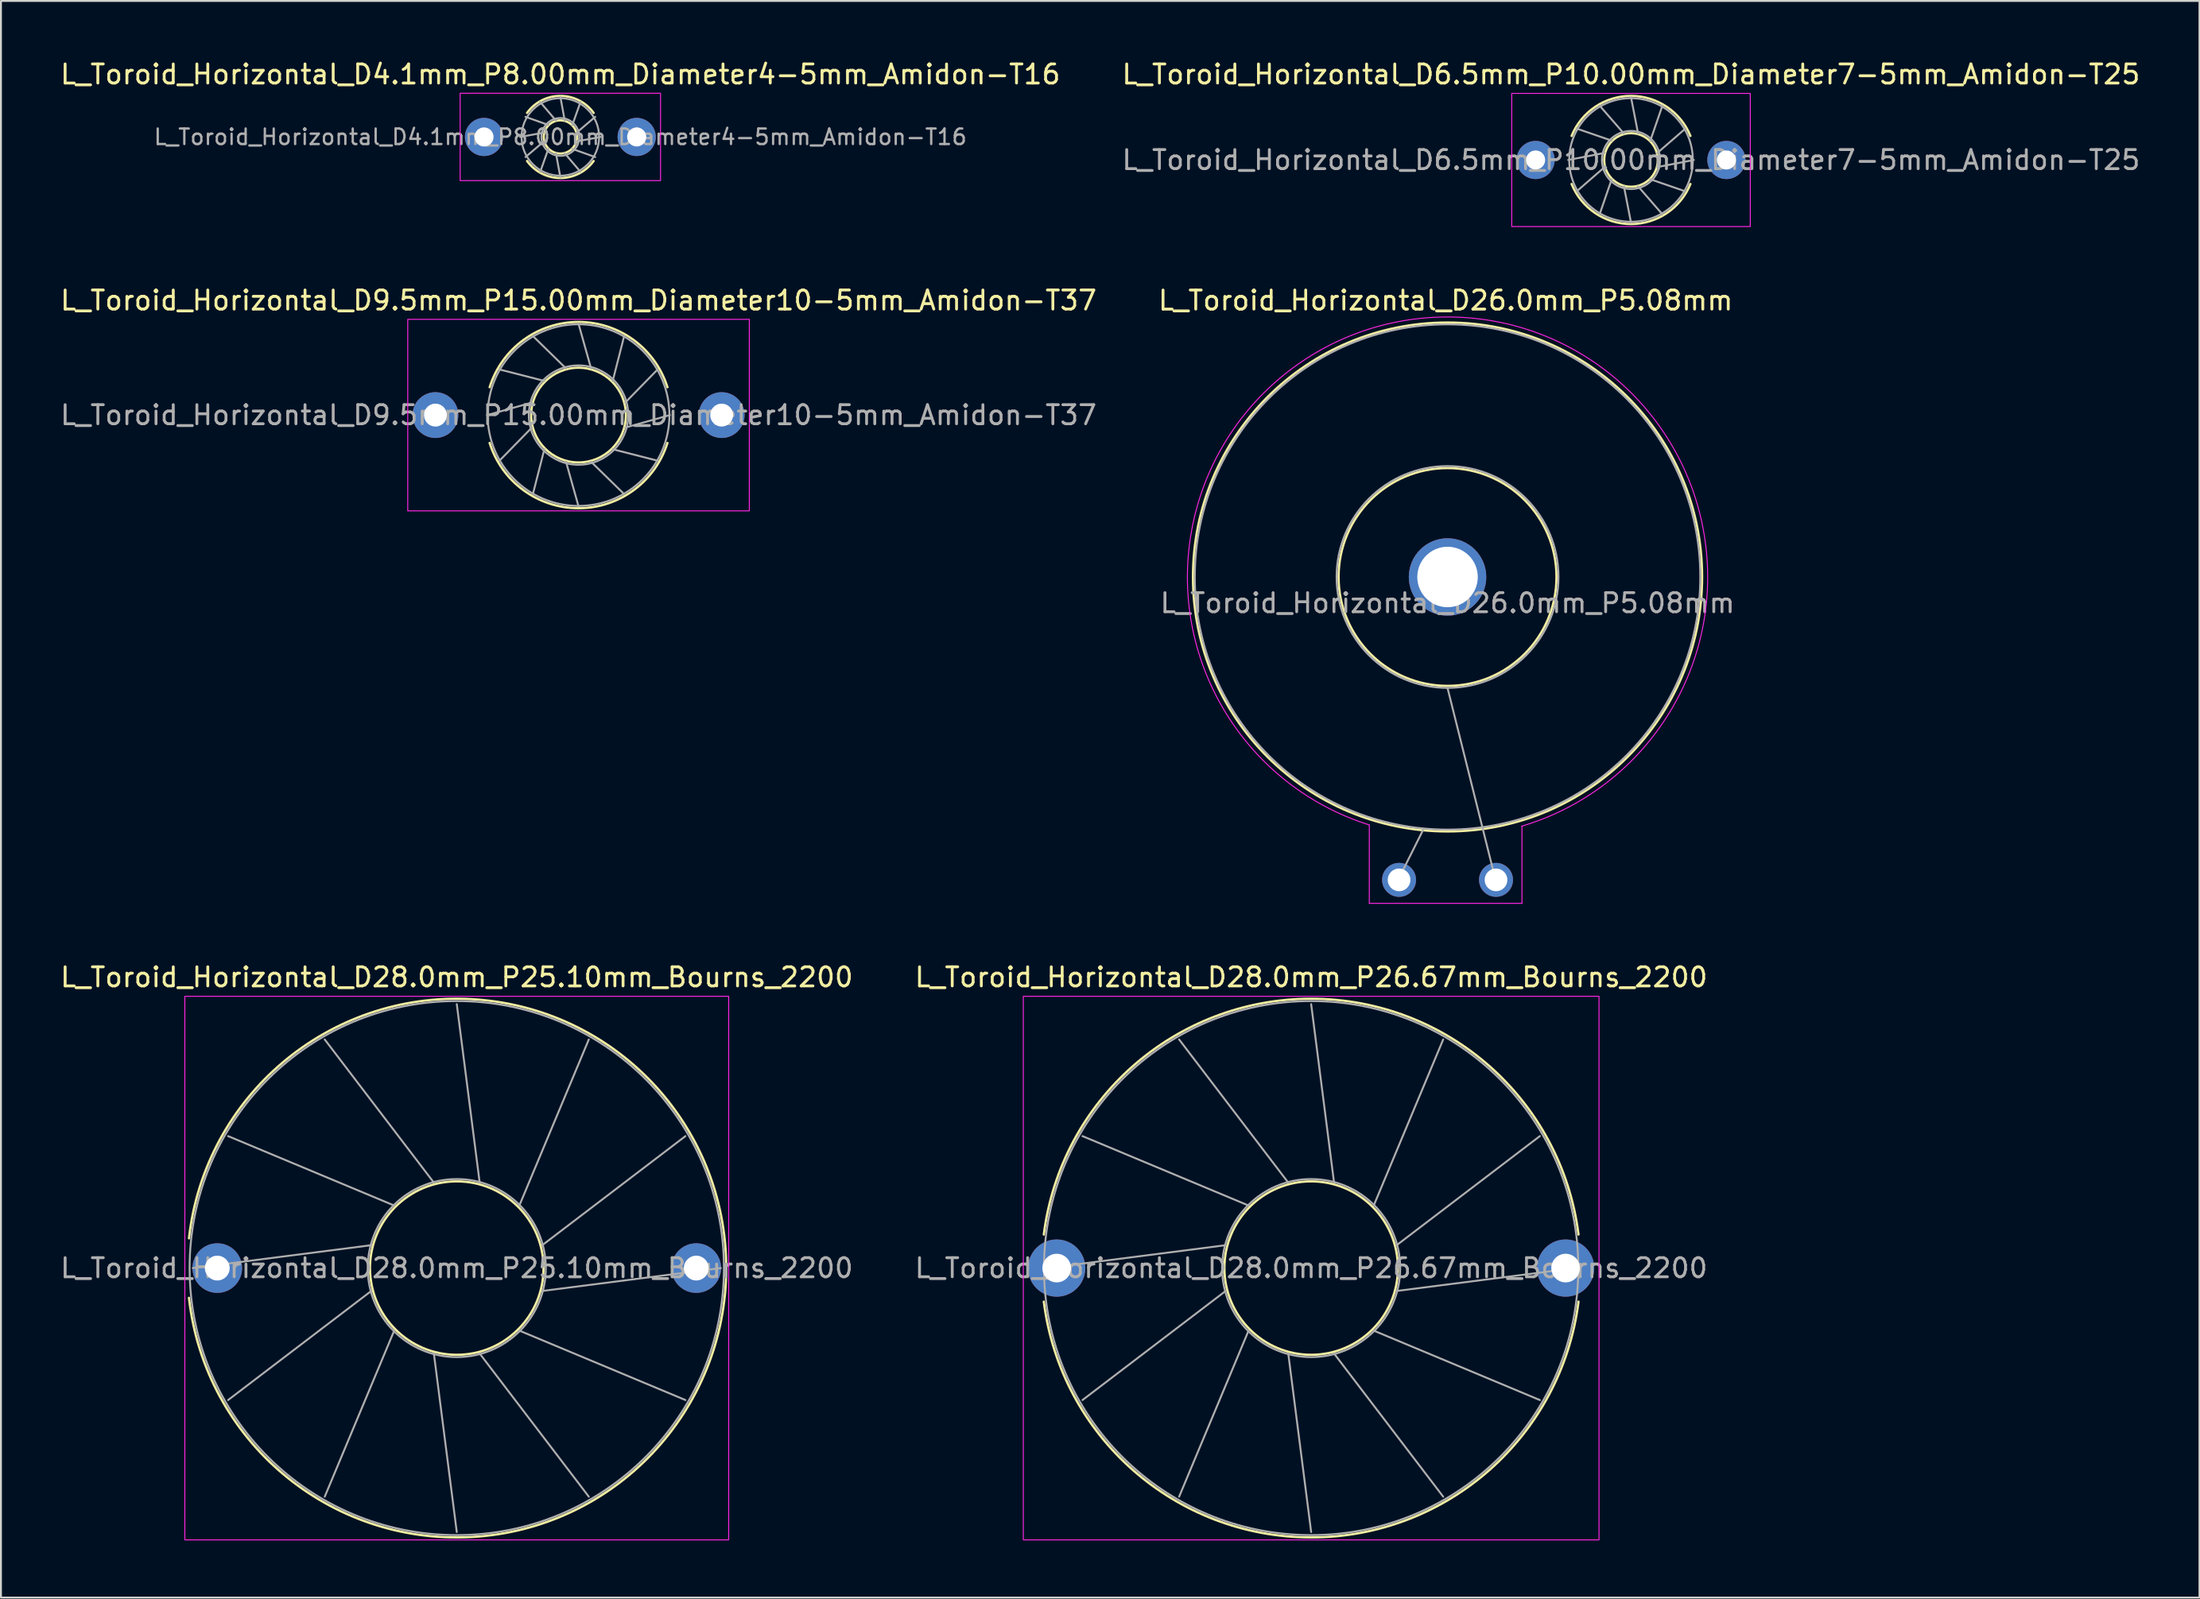
<source format=kicad_pcb>
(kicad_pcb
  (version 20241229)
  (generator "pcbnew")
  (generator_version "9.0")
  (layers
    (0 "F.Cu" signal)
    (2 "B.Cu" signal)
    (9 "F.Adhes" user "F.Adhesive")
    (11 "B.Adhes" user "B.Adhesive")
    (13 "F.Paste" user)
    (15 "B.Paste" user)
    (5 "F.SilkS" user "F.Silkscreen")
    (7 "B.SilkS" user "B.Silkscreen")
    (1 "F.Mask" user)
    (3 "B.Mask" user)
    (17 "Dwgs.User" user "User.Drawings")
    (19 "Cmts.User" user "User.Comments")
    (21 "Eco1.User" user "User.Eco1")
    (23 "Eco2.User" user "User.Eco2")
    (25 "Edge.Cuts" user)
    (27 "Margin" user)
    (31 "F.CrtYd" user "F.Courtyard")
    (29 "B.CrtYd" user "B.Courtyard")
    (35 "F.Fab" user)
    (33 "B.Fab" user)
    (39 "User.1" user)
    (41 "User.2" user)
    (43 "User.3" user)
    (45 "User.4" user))
  (footprint "L_Toroid_Horizontal_D6.5mm_P10.00mm_Diameter7-5mm_Amidon-T25"
    (layer "F.Cu")
    (at 77.423 5.337)
    (property "Reference" "L_Toroid_Horizontal_D6.5mm_P10.00mm_Diameter7-5mm_Amidon-T25" (at 5 -4.489 0) (layer "F.SilkS") (effects (font (size 1 1) (thickness 0.15))))
    (attr through_hole)
    (fp_arc (start 1.886815 -1.26) (mid 5 -3.3585) (end 8.113185 -1.26) (stroke (width 0.12) (type solid)) (layer "F.SilkS"))
    (fp_arc (start 8.113185 1.26) (mid 5 3.3585) (end 1.886815 1.26) (stroke (width 0.12) (type solid)) (layer "F.SilkS"))
    (fp_circle (center 5 0) (end 6.404 0) (stroke (width 0.12) (type solid)) (fill no) (layer "F.SilkS"))
    (fp_rect (start -1.25 -3.49) (end 11.25 3.49) (stroke (width 0.05) (type solid)) (fill no) (layer "F.CrtYd"))
    (fp_line (start 1.709 0) (end 3.617 -0.371) (stroke (width 0.1) (type solid)) (layer "F.Fab"))
    (fp_line (start 2.15 -1.646) (end 3.987 -1.013) (stroke (width 0.1) (type solid)) (layer "F.Fab"))
    (fp_line (start 2.15 1.646) (end 3.617 0.371) (stroke (width 0.1) (type solid)) (layer "F.Fab"))
    (fp_line (start 3.354 -2.85) (end 4.629 -1.383) (stroke (width 0.1) (type solid)) (layer "F.Fab"))
    (fp_line (start 3.354 2.85) (end 3.987 1.013) (stroke (width 0.1) (type solid)) (layer "F.Fab"))
    (fp_line (start 5 -3.291) (end 5.371 -1.383) (stroke (width 0.1) (type solid)) (layer "F.Fab"))
    (fp_line (start 5 3.291) (end 4.629 1.383) (stroke (width 0.1) (type solid)) (layer "F.Fab"))
    (fp_line (start 6.646 -2.85) (end 6.013 -1.013) (stroke (width 0.1) (type solid)) (layer "F.Fab"))
    (fp_line (start 6.646 2.85) (end 5.371 1.383) (stroke (width 0.1) (type solid)) (layer "F.Fab"))
    (fp_line (start 7.85 -1.646) (end 6.383 -0.371) (stroke (width 0.1) (type solid)) (layer "F.Fab"))
    (fp_line (start 7.85 1.646) (end 6.013 1.013) (stroke (width 0.1) (type solid)) (layer "F.Fab"))
    (fp_line (start 8.291 0) (end 6.383 0.371) (stroke (width 0.1) (type solid)) (layer "F.Fab"))
    (fp_circle (center 5 0) (end 6.524 0) (stroke (width 0.1) (type solid)) (fill no) (layer "F.Fab"))
    (fp_circle (center 5 0) (end 8.239 0) (stroke (width 0.1) (type solid)) (fill no) (layer "F.Fab"))
    (fp_text user "${REFERENCE}" (at 5 0 0) (layer "F.Fab") (effects (font (size 1 1) (thickness 0.15))))
    (pad "1" thru_hole circle (at 0 0) (size 2 2) (drill 1) (layers "*.Cu" "*.Mask"))
    (pad "2" thru_hole circle (at 10 0) (size 2 2) (drill 1) (layers "*.Cu" "*.Mask")))
  (footprint "L_Toroid_Horizontal_D26.0mm_P5.08mm"
    (layer "F.Cu")
    (at 70.268 43.08)
    (property "Reference" "L_Toroid_Horizontal_D26.0mm_P5.08mm" (at 2.44 -30.38 0) (layer "F.SilkS") (effects (font (size 1 1) (thickness 0.15))))
    (attr through_hole)
    (fp_circle (center 2.54 -15.88) (end -10.8 -15.88) (stroke (width 0.12) (type solid)) (fill no) (layer "F.SilkS"))
    (fp_circle (center 2.54 -15.88) (end 8.25 -15.88) (stroke (width 0.12) (type solid)) (fill no) (layer "F.SilkS"))
    (fp_line (start -1.56 -2.88) (end -1.56 1.23) (stroke (width 0.05) (type solid)) (layer "F.CrtYd"))
    (fp_line (start -1.56 1.23) (end 6.44 1.23) (stroke (width 0.05) (type solid)) (layer "F.CrtYd"))
    (fp_line (start 6.44 1.23) (end 6.44 -2.78) (stroke (width 0.05) (type solid)) (layer "F.CrtYd"))
    (fp_arc (start -1.56 -2.88) (mid 2.660017 -29.510686) (end 6.410454 -2.809821) (stroke (width 0.05) (type solid)) (layer "F.CrtYd"))
    (fp_line (start 0 -0.1) (end 1.27 -2.64) (stroke (width 0.1) (type solid)) (layer "F.Fab"))
    (fp_line (start 5.08 0.1) (end 2.54 -10.06) (stroke (width 0.1) (type solid)) (layer "F.Fab"))
    (fp_circle (center 2.54 -15.88) (end 1.44 -2.68) (stroke (width 0.1) (type solid)) (fill no) (layer "F.Fab"))
    (fp_circle (center 2.54 -15.88) (end 2.34 -10.07) (stroke (width 0.1) (type solid)) (fill no) (layer "F.Fab"))
    (fp_text user "${REFERENCE}" (at 2.54 -14.513 0) (layer "F.Fab") (effects (font (size 1 1) (thickness 0.15))))
    (pad "" thru_hole circle (at 2.54 -15.88) (size 4.06 4.06) (drill 3.17) (layers "*.Cu" "*.Mask"))
    (pad "1" thru_hole circle (at 0 0) (size 1.78 1.78) (drill 1.19) (layers "*.Cu" "*.Mask"))
    (pad "2" thru_hole circle (at 5.08 0) (size 1.78 1.78) (drill 1.19) (layers "*.Cu" "*.Mask")))
  (footprint "L_Toroid_Horizontal_D28.0mm_P25.10mm_Bourns_2200"
    (layer "F.Cu")
    (at 8.337 63.433)
    (property "Reference" "L_Toroid_Horizontal_D28.0mm_P25.10mm_Bourns_2200" (at 12.55 -15.25 0) (layer "F.SilkS") (effects (font (size 1 1) (thickness 0.15))))
    (attr through_hole)
    (fp_arc (start -1.48356 -1.56) (mid 26.67 0) (end -1.48356 1.56) (stroke (width 0.12) (type solid)) (layer "F.SilkS"))
    (fp_circle (center 12.55 0) (end 17.097 0) (stroke (width 0.12) (type solid)) (fill no) (layer "F.SilkS"))
    (fp_rect (start -1.7 -14.25) (end 26.8 14.25) (stroke (width 0.05) (type solid)) (fill no) (layer "F.CrtYd"))
    (fp_line (start -1.288 0) (end 8.07 -1.2) (stroke (width 0.1) (type solid)) (layer "F.Fab"))
    (fp_line (start 0.566 -6.919) (end 9.271 -3.279) (stroke (width 0.1) (type solid)) (layer "F.Fab"))
    (fp_line (start 0.566 6.919) (end 8.07 1.2) (stroke (width 0.1) (type solid)) (layer "F.Fab"))
    (fp_line (start 5.631 -11.984) (end 11.35 -4.48) (stroke (width 0.1) (type solid)) (layer "F.Fab"))
    (fp_line (start 5.631 11.984) (end 9.271 3.279) (stroke (width 0.1) (type solid)) (layer "F.Fab"))
    (fp_line (start 12.55 -13.838) (end 13.75 -4.48) (stroke (width 0.1) (type solid)) (layer "F.Fab"))
    (fp_line (start 12.55 13.838) (end 11.35 4.48) (stroke (width 0.1) (type solid)) (layer "F.Fab"))
    (fp_line (start 19.469 -11.984) (end 15.829 -3.279) (stroke (width 0.1) (type solid)) (layer "F.Fab"))
    (fp_line (start 19.469 11.984) (end 13.75 4.48) (stroke (width 0.1) (type solid)) (layer "F.Fab"))
    (fp_line (start 24.534 -6.919) (end 17.03 -1.2) (stroke (width 0.1) (type solid)) (layer "F.Fab"))
    (fp_line (start 24.534 6.919) (end 15.829 3.279) (stroke (width 0.1) (type solid)) (layer "F.Fab"))
    (fp_line (start 26.388 0) (end 17.03 1.2) (stroke (width 0.1) (type solid)) (layer "F.Fab"))
    (fp_circle (center 12.55 0) (end 17.217 0) (stroke (width 0.1) (type solid)) (fill no) (layer "F.Fab"))
    (fp_circle (center 12.55 0) (end 26.55 0) (stroke (width 0.1) (type solid)) (fill no) (layer "F.Fab"))
    (fp_text user "${REFERENCE}" (at 12.55 0 0) (layer "F.Fab") (effects (font (size 1 1) (thickness 0.15))))
    (pad "1" thru_hole circle (at 0 0) (size 2.6 2.6) (drill 1.3) (layers "*.Cu" "*.Mask"))
    (pad "2" thru_hole circle (at 25.1 0) (size 2.6 2.6) (drill 1.3) (layers "*.Cu" "*.Mask")))
  (footprint "L_Toroid_Horizontal_D9.5mm_P15.00mm_Diameter10-5mm_Amidon-T37"
    (layer "F.Cu")
    (at 19.768 18.712)
    (property "Reference" "L_Toroid_Horizontal_D9.5mm_P15.00mm_Diameter10-5mm_Amidon-T37" (at 7.5 -6.013 0) (layer "F.SilkS") (effects (font (size 1 1) (thickness 0.15))))
    (attr through_hole)
    (fp_arc (start 2.840901 -1.46) (mid 7.5 -4.8825) (end 12.159099 -1.46) (stroke (width 0.12) (type solid)) (layer "F.SilkS"))
    (fp_arc (start 12.159099 1.46) (mid 7.5 4.8825) (end 2.840901 1.46) (stroke (width 0.12) (type solid)) (layer "F.SilkS"))
    (fp_circle (center 7.5 0) (end 9.983 0) (stroke (width 0.12) (type solid)) (fill no) (layer "F.SilkS"))
    (fp_rect (start -1.45 -5.02) (end 16.45 5.02) (stroke (width 0.05) (type solid)) (fill no) (layer "F.CrtYd"))
    (fp_line (start 2.715 0) (end 5.053 -0.656) (stroke (width 0.1) (type solid)) (layer "F.Fab"))
    (fp_line (start 3.356 -2.392) (end 5.709 -1.791) (stroke (width 0.1) (type solid)) (layer "F.Fab"))
    (fp_line (start 3.356 2.392) (end 5.053 0.656) (stroke (width 0.1) (type solid)) (layer "F.Fab"))
    (fp_line (start 5.108 -4.144) (end 6.844 -2.447) (stroke (width 0.1) (type solid)) (layer "F.Fab"))
    (fp_line (start 5.108 4.144) (end 5.709 1.791) (stroke (width 0.1) (type solid)) (layer "F.Fab"))
    (fp_line (start 7.5 -4.785) (end 8.156 -2.447) (stroke (width 0.1) (type solid)) (layer "F.Fab"))
    (fp_line (start 7.5 4.785) (end 6.844 2.447) (stroke (width 0.1) (type solid)) (layer "F.Fab"))
    (fp_line (start 9.892 -4.144) (end 9.291 -1.791) (stroke (width 0.1) (type solid)) (layer "F.Fab"))
    (fp_line (start 9.892 4.144) (end 8.156 2.447) (stroke (width 0.1) (type solid)) (layer "F.Fab"))
    (fp_line (start 11.644 -2.392) (end 9.947 -0.656) (stroke (width 0.1) (type solid)) (layer "F.Fab"))
    (fp_line (start 11.644 2.392) (end 9.291 1.791) (stroke (width 0.1) (type solid)) (layer "F.Fab"))
    (fp_line (start 12.285 0) (end 9.947 0.656) (stroke (width 0.1) (type solid)) (layer "F.Fab"))
    (fp_circle (center 7.5 0) (end 10.104 0) (stroke (width 0.1) (type solid)) (fill no) (layer "F.Fab"))
    (fp_circle (center 7.5 0) (end 12.262 0) (stroke (width 0.1) (type solid)) (fill no) (layer "F.Fab"))
    (fp_text user "${REFERENCE}" (at 7.5 0 0) (layer "F.Fab") (effects (font (size 1 1) (thickness 0.15))))
    (pad "1" thru_hole circle (at 0 0) (size 2.4 2.4) (drill 1.2) (layers "*.Cu" "*.Mask"))
    (pad "2" thru_hole circle (at 15 0) (size 2.4 2.4) (drill 1.2) (layers "*.Cu" "*.Mask")))
  (footprint "L_Toroid_Horizontal_D28.0mm_P26.67mm_Bourns_2200"
    (layer "F.Cu")
    (at 52.326 63.433)
    (property "Reference" "L_Toroid_Horizontal_D28.0mm_P26.67mm_Bourns_2200" (at 13.335 -15.25 0) (layer "F.SilkS") (effects (font (size 1 1) (thickness 0.15))))
    (attr through_hole)
    (fp_arc (start -0.674882 -1.76) (mid 13.335 -14.12) (end 27.344882 -1.76) (stroke (width 0.12) (type solid)) (layer "F.SilkS"))
    (fp_arc (start 27.344882 1.76) (mid 13.335 14.12) (end -0.674882 1.76) (stroke (width 0.12) (type solid)) (layer "F.SilkS"))
    (fp_circle (center 13.335 0) (end 17.882 0) (stroke (width 0.12) (type solid)) (fill no) (layer "F.SilkS"))
    (fp_rect (start -1.75 -14.25) (end 28.42 14.25) (stroke (width 0.05) (type solid)) (fill no) (layer "F.CrtYd"))
    (fp_line (start -0.503 0) (end 8.855 -1.2) (stroke (width 0.1) (type solid)) (layer "F.Fab"))
    (fp_line (start 1.351 -6.919) (end 10.056 -3.279) (stroke (width 0.1) (type solid)) (layer "F.Fab"))
    (fp_line (start 1.351 6.919) (end 8.855 1.2) (stroke (width 0.1) (type solid)) (layer "F.Fab"))
    (fp_line (start 6.416 -11.984) (end 12.135 -4.48) (stroke (width 0.1) (type solid)) (layer "F.Fab"))
    (fp_line (start 6.416 11.984) (end 10.056 3.279) (stroke (width 0.1) (type solid)) (layer "F.Fab"))
    (fp_line (start 13.335 -13.838) (end 14.535 -4.48) (stroke (width 0.1) (type solid)) (layer "F.Fab"))
    (fp_line (start 13.335 13.838) (end 12.135 4.48) (stroke (width 0.1) (type solid)) (layer "F.Fab"))
    (fp_line (start 20.254 -11.984) (end 16.614 -3.279) (stroke (width 0.1) (type solid)) (layer "F.Fab"))
    (fp_line (start 20.254 11.984) (end 14.535 4.48) (stroke (width 0.1) (type solid)) (layer "F.Fab"))
    (fp_line (start 25.319 -6.919) (end 17.815 -1.2) (stroke (width 0.1) (type solid)) (layer "F.Fab"))
    (fp_line (start 25.319 6.919) (end 16.614 3.279) (stroke (width 0.1) (type solid)) (layer "F.Fab"))
    (fp_line (start 27.173 0) (end 17.815 1.2) (stroke (width 0.1) (type solid)) (layer "F.Fab"))
    (fp_circle (center 13.335 0) (end 18.002 0) (stroke (width 0.1) (type solid)) (fill no) (layer "F.Fab"))
    (fp_circle (center 13.335 0) (end 27.335 0) (stroke (width 0.1) (type solid)) (fill no) (layer "F.Fab"))
    (fp_text user "${REFERENCE}" (at 13.335 0 0) (layer "F.Fab") (effects (font (size 1 1) (thickness 0.15))))
    (pad "1" thru_hole circle (at 0 0) (size 3 3) (drill 1.5) (layers "*.Cu" "*.Mask"))
    (pad "2" thru_hole circle (at 26.67 0) (size 3 3) (drill 1.5) (layers "*.Cu" "*.Mask")))
  (footprint "L_Toroid_Horizontal_D4.1mm_P8.00mm_Diameter4-5mm_Amidon-T16"
    (layer "F.Cu")
    (at 22.315 4.13)
    (property "Reference" "L_Toroid_Horizontal_D4.1mm_P8.00mm_Diameter4-5mm_Amidon-T16" (at 4 -3.282 0) (layer "F.SilkS") (effects (font (size 1 1) (thickness 0.15))))
    (attr through_hole)
    (fp_arc (start 2.255436 -1.26) (mid 4 -2.152) (end 5.744564 -1.26) (stroke (width 0.12) (type solid)) (layer "F.SilkS"))
    (fp_arc (start 5.744564 1.26) (mid 4 2.152) (end 2.255436 1.26) (stroke (width 0.12) (type solid)) (layer "F.SilkS"))
    (fp_circle (center 4 0) (end 4.871 0) (stroke (width 0.12) (type solid)) (fill no) (layer "F.SilkS"))
    (fp_rect (start -1.25 -2.29) (end 9.25 2.29) (stroke (width 0.05) (type solid)) (fill no) (layer "F.CrtYd"))
    (fp_line (start 1.891 0) (end 3.142 -0.23) (stroke (width 0.1) (type solid)) (layer "F.Fab"))
    (fp_line (start 2.174 -1.054) (end 3.372 -0.628) (stroke (width 0.1) (type solid)) (layer "F.Fab"))
    (fp_line (start 2.174 1.054) (end 3.142 0.23) (stroke (width 0.1) (type solid)) (layer "F.Fab"))
    (fp_line (start 2.946 -1.826) (end 3.77 -0.858) (stroke (width 0.1) (type solid)) (layer "F.Fab"))
    (fp_line (start 2.946 1.826) (end 3.372 0.628) (stroke (width 0.1) (type solid)) (layer "F.Fab"))
    (fp_line (start 4 -2.109) (end 4.23 -0.858) (stroke (width 0.1) (type solid)) (layer "F.Fab"))
    (fp_line (start 4 2.109) (end 3.77 0.858) (stroke (width 0.1) (type solid)) (layer "F.Fab"))
    (fp_line (start 5.054 -1.826) (end 4.628 -0.628) (stroke (width 0.1) (type solid)) (layer "F.Fab"))
    (fp_line (start 5.054 1.826) (end 4.23 0.858) (stroke (width 0.1) (type solid)) (layer "F.Fab"))
    (fp_line (start 5.826 -1.054) (end 4.858 -0.23) (stroke (width 0.1) (type solid)) (layer "F.Fab"))
    (fp_line (start 5.826 1.054) (end 4.628 0.628) (stroke (width 0.1) (type solid)) (layer "F.Fab"))
    (fp_line (start 6.109 0) (end 4.858 0.23) (stroke (width 0.1) (type solid)) (layer "F.Fab"))
    (fp_circle (center 4 0) (end 4.991 0) (stroke (width 0.1) (type solid)) (fill no) (layer "F.Fab"))
    (fp_circle (center 4 0) (end 6.032 0) (stroke (width 0.1) (type solid)) (fill no) (layer "F.Fab"))
    (fp_text user "${REFERENCE}" (at 4 0 0) (layer "F.Fab") (effects (font (size 0.813 0.813) (thickness 0.122))))
    (pad "1" thru_hole circle (at 0 0) (size 2 2) (drill 1) (layers "*.Cu" "*.Mask"))
    (pad "2" thru_hole circle (at 8 0) (size 2 2) (drill 1) (layers "*.Cu" "*.Mask")))
  (gr_rect
    (start -3 -3)
    (end 112.214 80.708)
    (stroke (width 0.1) (type default))
    (fill no)
    (layer "Edge.Cuts")))
</source>
